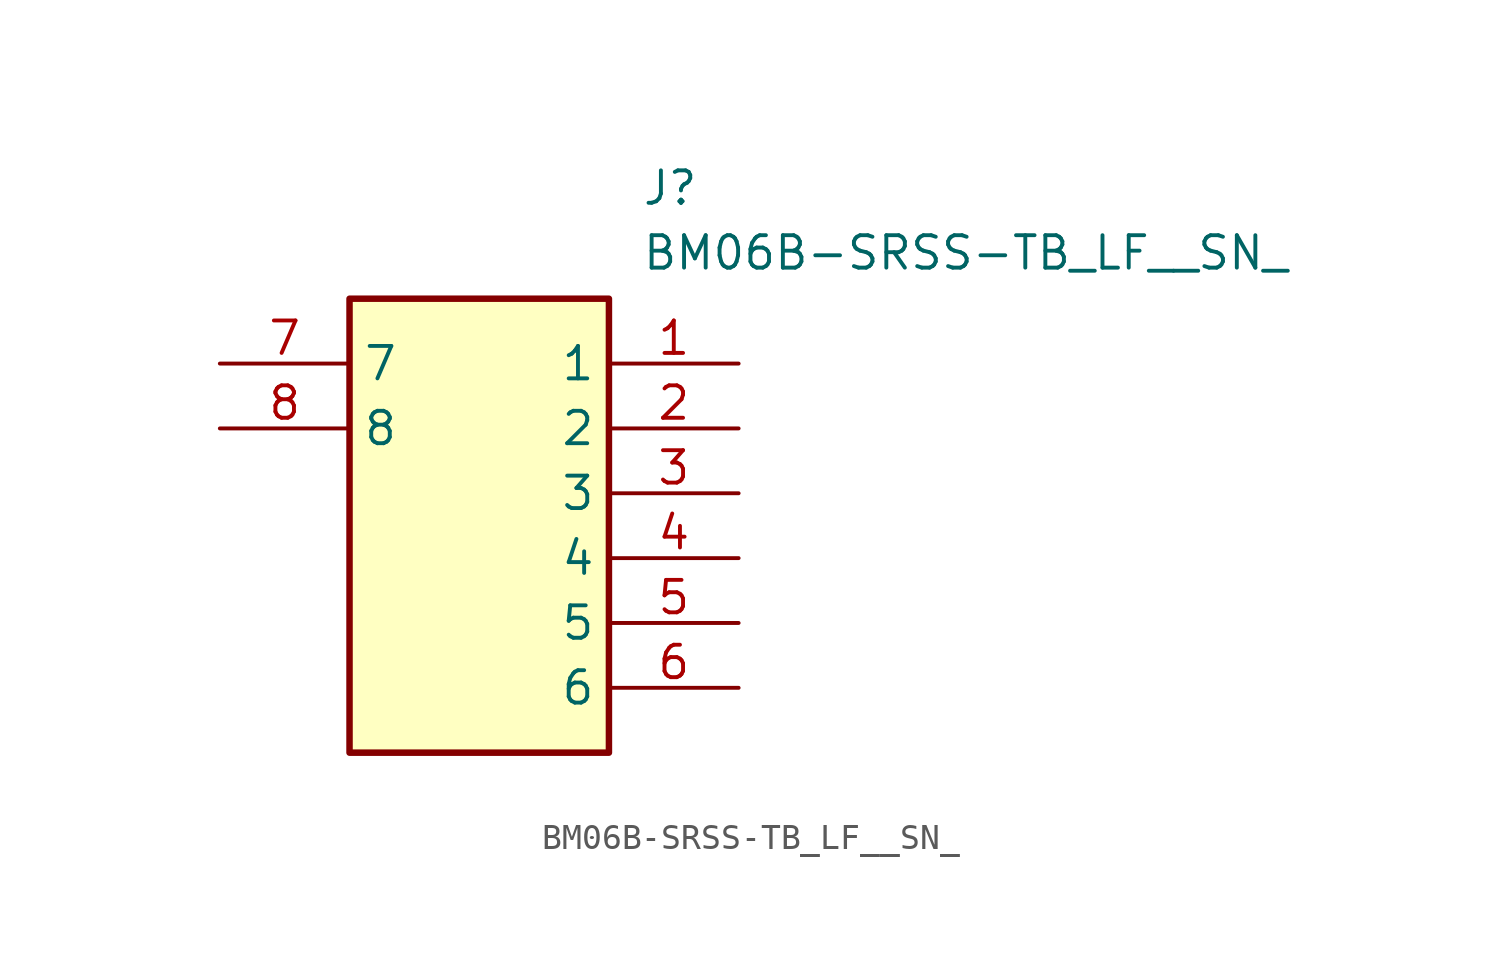
<source format=kicad_sym>
(kicad_symbol_lib
  (version 20211014)
  (generator SamacSys_ECAD_Model)
  (symbol "BM06B-SRSS-TB_LF__SN_"
    (property "Reference" "J"
      (at 16.51 7.62 0)
      (effects (font (size 1.27 1.27)) (justify left top)))
    (property "Value" "BM06B-SRSS-TB_LF__SN_"
      (at 16.51 5.08 0)
      (effects (font (size 1.27 1.27)) (justify left top)))
    (rectangle
      (start 5.08 2.54)
      (end 15.24 -15.24)
      (stroke (width 0.254) (type default))
      (fill (type background)))
    (pin passive line
      (at 20.32 0 180)
      (length 5.08)
      (name "1" (effects (font (size 1.27 1.27))))
      (number "1" (effects (font (size 1.27 1.27)))))
    (pin passive line
      (at 20.32 -2.54 180)
      (length 5.08)
      (name "2" (effects (font (size 1.27 1.27))))
      (number "2" (effects (font (size 1.27 1.27)))))
    (pin passive line
      (at 20.32 -5.08 180)
      (length 5.08)
      (name "3" (effects (font (size 1.27 1.27))))
      (number "3" (effects (font (size 1.27 1.27)))))
    (pin passive line
      (at 20.32 -7.62 180)
      (length 5.08)
      (name "4" (effects (font (size 1.27 1.27))))
      (number "4" (effects (font (size 1.27 1.27)))))
    (pin passive line
      (at 20.32 -10.16 180)
      (length 5.08)
      (name "5" (effects (font (size 1.27 1.27))))
      (number "5" (effects (font (size 1.27 1.27)))))
    (pin passive line
      (at 20.32 -12.7 180)
      (length 5.08)
      (name "6" (effects (font (size 1.27 1.27))))
      (number "6" (effects (font (size 1.27 1.27)))))
    (pin passive line
      (at 0 0 0)
      (length 5.08)
      (name "7" (effects (font (size 1.27 1.27))))
      (number "7" (effects (font (size 1.27 1.27)))))
    (pin passive line
      (at 0 -2.54 0)
      (length 5.08)
      (name "8" (effects (font (size 1.27 1.27))))
      (number "8" (effects (font (size 1.27 1.27)))))))
</source>
